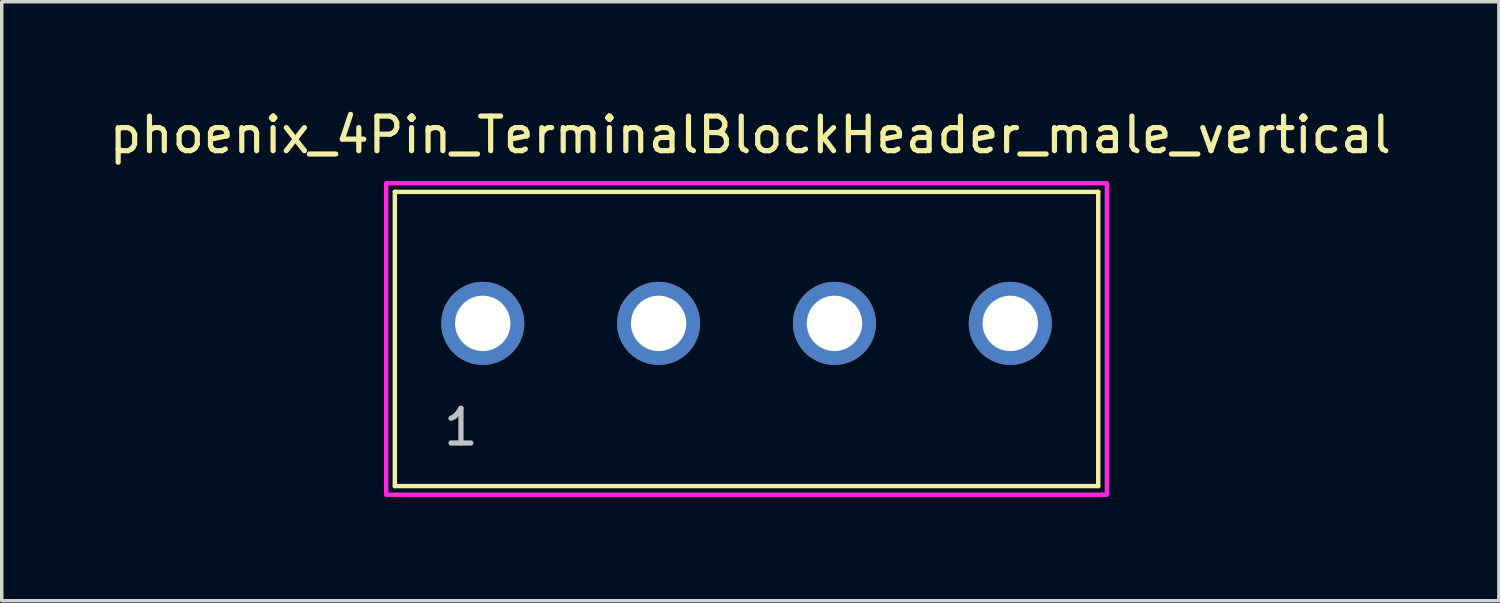
<source format=kicad_pcb>
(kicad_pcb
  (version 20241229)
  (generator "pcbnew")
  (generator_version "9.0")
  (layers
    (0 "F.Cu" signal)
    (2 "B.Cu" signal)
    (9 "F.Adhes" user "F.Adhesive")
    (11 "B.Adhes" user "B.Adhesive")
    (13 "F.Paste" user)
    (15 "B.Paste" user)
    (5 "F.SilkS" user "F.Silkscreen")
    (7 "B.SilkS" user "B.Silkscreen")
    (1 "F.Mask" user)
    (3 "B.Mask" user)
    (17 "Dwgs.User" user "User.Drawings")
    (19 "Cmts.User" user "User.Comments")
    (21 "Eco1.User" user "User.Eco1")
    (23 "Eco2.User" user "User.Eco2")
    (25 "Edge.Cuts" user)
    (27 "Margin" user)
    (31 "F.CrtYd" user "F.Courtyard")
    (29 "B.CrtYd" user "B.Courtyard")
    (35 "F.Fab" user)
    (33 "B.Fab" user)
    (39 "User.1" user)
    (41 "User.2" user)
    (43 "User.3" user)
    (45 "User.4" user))
  (footprint "phoenix_4Pin_TerminalBlockHeader_male_vertical"
    (layer "F.Cu")
    (at 18.516 6.292)
    (property "Reference" "phoenix_4Pin_TerminalBlockHeader_male_vertical" (at 0.109 -5.444 0) (layer "F.SilkS") (effects (font (size 1 1) (thickness 0.15))))
    (attr through_hole)
    (fp_line (start -10.16 -3.8) (end -10.16 4.7) (stroke (width 0.127) (type solid)) (layer "F.SilkS"))
    (fp_line (start -10.16 4.7) (end 10.16 4.7) (stroke (width 0.127) (type solid)) (layer "F.SilkS"))
    (fp_line (start 10.16 -3.8) (end -10.16 -3.8) (stroke (width 0.127) (type solid)) (layer "F.SilkS"))
    (fp_line (start 10.16 4.7) (end 10.16 -3.8) (stroke (width 0.127) (type solid)) (layer "F.SilkS"))
    (fp_poly (pts (xy -10.41 -4.05) (xy 10.41 -4.05) (xy 10.41 4.95) (xy -10.41 4.95)) (stroke (width 0.127) (type solid)) (fill no) (layer "F.CrtYd"))
    (fp_text user "1" (at -8.25 3 0) (layer "Dwgs.User") (effects (font (size 1 1) (thickness 0.15))))
    (pad "1" thru_hole circle (at -7.62 0) (size 2.4 2.4) (drill 1.6) (layers "*.Cu" "*.Mask"))
    (pad "2" thru_hole circle (at -2.54 0) (size 2.4 2.4) (drill 1.6) (layers "*.Cu" "*.Mask"))
    (pad "3" thru_hole circle (at 2.54 0) (size 2.4 2.4) (drill 1.6) (layers "*.Cu" "*.Mask"))
    (pad "4" thru_hole circle (at 7.62 0) (size 2.4 2.4) (drill 1.6) (layers "*.Cu" "*.Mask")))
  (gr_rect
    (start -3 -3)
    (end 40.25 14.305)
    (stroke (width 0.1) (type default))
    (fill no)
    (layer "Edge.Cuts")))
</source>
